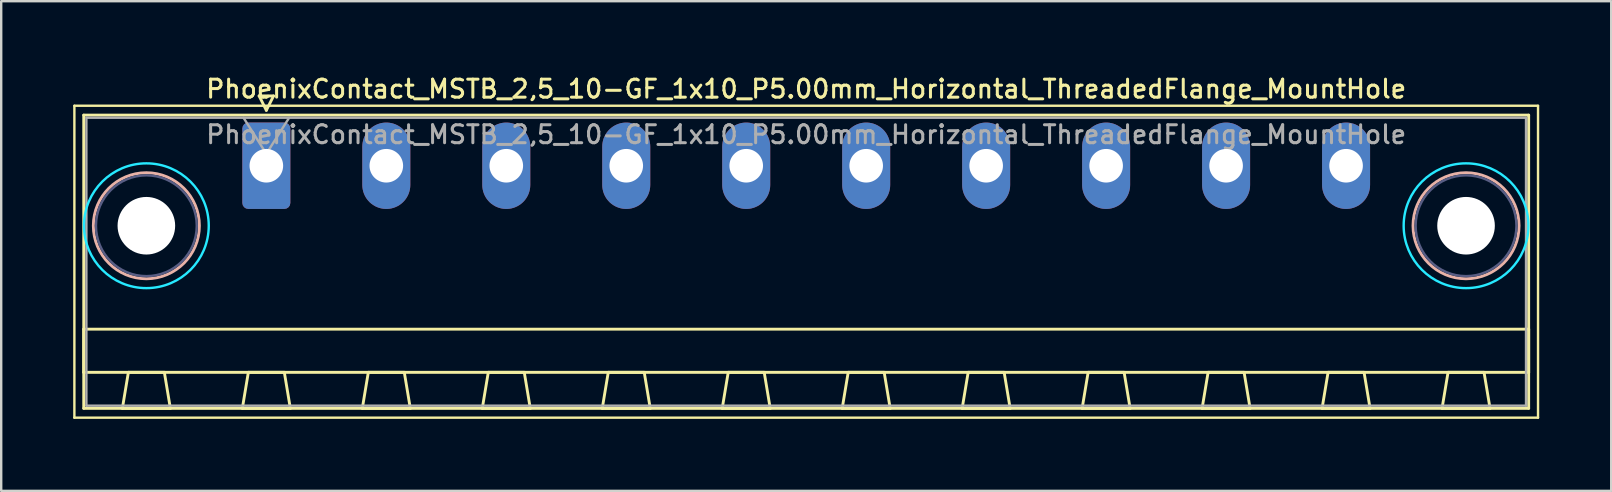
<source format=kicad_pcb>
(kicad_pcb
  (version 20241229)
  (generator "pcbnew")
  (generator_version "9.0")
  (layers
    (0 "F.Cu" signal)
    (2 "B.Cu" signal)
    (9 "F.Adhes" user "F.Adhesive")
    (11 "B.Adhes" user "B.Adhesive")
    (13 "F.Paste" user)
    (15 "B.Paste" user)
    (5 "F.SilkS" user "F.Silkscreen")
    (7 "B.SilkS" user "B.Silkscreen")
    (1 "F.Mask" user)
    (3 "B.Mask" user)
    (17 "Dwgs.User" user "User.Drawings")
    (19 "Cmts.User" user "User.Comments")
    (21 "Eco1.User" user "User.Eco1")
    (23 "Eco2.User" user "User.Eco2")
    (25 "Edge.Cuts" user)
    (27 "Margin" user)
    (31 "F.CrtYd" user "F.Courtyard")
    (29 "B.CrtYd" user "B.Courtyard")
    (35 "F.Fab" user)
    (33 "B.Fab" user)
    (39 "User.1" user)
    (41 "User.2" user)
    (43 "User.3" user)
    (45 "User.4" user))
  (footprint "PhoenixContact_MSTB_2,5_10-GF_1x10_P5.00mm_Horizontal_ThreadedFlange_MountHole"
    (layer "F.Cu")
    (at 8.05 3.858)
    (property "Reference" "PhoenixContact_MSTB_2,5_10-GF_1x10_P5.00mm_Horizontal_ThreadedFlange_MountHole" (at 22.5 -3.2 0) (layer "F.SilkS") (effects (font (size 0.75 0.75) (thickness 0.125))))
    (attr through_hole)
    (fp_line (start -8 -2.5) (end -8 10.5) (stroke (width 0.1) (type solid)) (layer "F.SilkS"))
    (fp_line (start -8 10.5) (end 53 10.5) (stroke (width 0.1) (type solid)) (layer "F.SilkS"))
    (fp_line (start -7.61 -2.11) (end -7.61 10.11) (stroke (width 0.12) (type solid)) (layer "F.SilkS"))
    (fp_line (start -7.61 6.81) (end 52.61 6.81) (stroke (width 0.12) (type solid)) (layer "F.SilkS"))
    (fp_line (start -7.61 8.61) (end -7.61 6.81) (stroke (width 0.12) (type solid)) (layer "F.SilkS"))
    (fp_line (start -7.61 10.11) (end 52.61 10.11) (stroke (width 0.12) (type solid)) (layer "F.SilkS"))
    (fp_line (start -6 10.11) (end -4 10.11) (stroke (width 0.12) (type solid)) (layer "F.SilkS"))
    (fp_line (start -5.75 8.61) (end -6 10.11) (stroke (width 0.12) (type solid)) (layer "F.SilkS"))
    (fp_line (start -4.25 8.61) (end -5.75 8.61) (stroke (width 0.12) (type solid)) (layer "F.SilkS"))
    (fp_line (start -4 10.11) (end -4.25 8.61) (stroke (width 0.12) (type solid)) (layer "F.SilkS"))
    (fp_line (start -1 10.11) (end 1 10.11) (stroke (width 0.12) (type solid)) (layer "F.SilkS"))
    (fp_line (start -0.75 8.61) (end -1 10.11) (stroke (width 0.12) (type solid)) (layer "F.SilkS"))
    (fp_line (start -0.3 -2.91) (end 0.3 -2.91) (stroke (width 0.12) (type solid)) (layer "F.SilkS"))
    (fp_line (start 0 -2.31) (end -0.3 -2.91) (stroke (width 0.12) (type solid)) (layer "F.SilkS"))
    (fp_line (start 0.3 -2.91) (end 0 -2.31) (stroke (width 0.12) (type solid)) (layer "F.SilkS"))
    (fp_line (start 0.75 8.61) (end -0.75 8.61) (stroke (width 0.12) (type solid)) (layer "F.SilkS"))
    (fp_line (start 1 10.11) (end 0.75 8.61) (stroke (width 0.12) (type solid)) (layer "F.SilkS"))
    (fp_line (start 4 10.11) (end 6 10.11) (stroke (width 0.12) (type solid)) (layer "F.SilkS"))
    (fp_line (start 4.25 8.61) (end 4 10.11) (stroke (width 0.12) (type solid)) (layer "F.SilkS"))
    (fp_line (start 5.75 8.61) (end 4.25 8.61) (stroke (width 0.12) (type solid)) (layer "F.SilkS"))
    (fp_line (start 6 10.11) (end 5.75 8.61) (stroke (width 0.12) (type solid)) (layer "F.SilkS"))
    (fp_line (start 9 10.11) (end 11 10.11) (stroke (width 0.12) (type solid)) (layer "F.SilkS"))
    (fp_line (start 9.25 8.61) (end 9 10.11) (stroke (width 0.12) (type solid)) (layer "F.SilkS"))
    (fp_line (start 10.75 8.61) (end 9.25 8.61) (stroke (width 0.12) (type solid)) (layer "F.SilkS"))
    (fp_line (start 11 10.11) (end 10.75 8.61) (stroke (width 0.12) (type solid)) (layer "F.SilkS"))
    (fp_line (start 14 10.11) (end 16 10.11) (stroke (width 0.12) (type solid)) (layer "F.SilkS"))
    (fp_line (start 14.25 8.61) (end 14 10.11) (stroke (width 0.12) (type solid)) (layer "F.SilkS"))
    (fp_line (start 15.75 8.61) (end 14.25 8.61) (stroke (width 0.12) (type solid)) (layer "F.SilkS"))
    (fp_line (start 16 10.11) (end 15.75 8.61) (stroke (width 0.12) (type solid)) (layer "F.SilkS"))
    (fp_line (start 19 10.11) (end 21 10.11) (stroke (width 0.12) (type solid)) (layer "F.SilkS"))
    (fp_line (start 19.25 8.61) (end 19 10.11) (stroke (width 0.12) (type solid)) (layer "F.SilkS"))
    (fp_line (start 20.75 8.61) (end 19.25 8.61) (stroke (width 0.12) (type solid)) (layer "F.SilkS"))
    (fp_line (start 21 10.11) (end 20.75 8.61) (stroke (width 0.12) (type solid)) (layer "F.SilkS"))
    (fp_line (start 24 10.11) (end 26 10.11) (stroke (width 0.12) (type solid)) (layer "F.SilkS"))
    (fp_line (start 24.25 8.61) (end 24 10.11) (stroke (width 0.12) (type solid)) (layer "F.SilkS"))
    (fp_line (start 25.75 8.61) (end 24.25 8.61) (stroke (width 0.12) (type solid)) (layer "F.SilkS"))
    (fp_line (start 26 10.11) (end 25.75 8.61) (stroke (width 0.12) (type solid)) (layer "F.SilkS"))
    (fp_line (start 29 10.11) (end 31 10.11) (stroke (width 0.12) (type solid)) (layer "F.SilkS"))
    (fp_line (start 29.25 8.61) (end 29 10.11) (stroke (width 0.12) (type solid)) (layer "F.SilkS"))
    (fp_line (start 30.75 8.61) (end 29.25 8.61) (stroke (width 0.12) (type solid)) (layer "F.SilkS"))
    (fp_line (start 31 10.11) (end 30.75 8.61) (stroke (width 0.12) (type solid)) (layer "F.SilkS"))
    (fp_line (start 34 10.11) (end 36 10.11) (stroke (width 0.12) (type solid)) (layer "F.SilkS"))
    (fp_line (start 34.25 8.61) (end 34 10.11) (stroke (width 0.12) (type solid)) (layer "F.SilkS"))
    (fp_line (start 35.75 8.61) (end 34.25 8.61) (stroke (width 0.12) (type solid)) (layer "F.SilkS"))
    (fp_line (start 36 10.11) (end 35.75 8.61) (stroke (width 0.12) (type solid)) (layer "F.SilkS"))
    (fp_line (start 39 10.11) (end 41 10.11) (stroke (width 0.12) (type solid)) (layer "F.SilkS"))
    (fp_line (start 39.25 8.61) (end 39 10.11) (stroke (width 0.12) (type solid)) (layer "F.SilkS"))
    (fp_line (start 40.75 8.61) (end 39.25 8.61) (stroke (width 0.12) (type solid)) (layer "F.SilkS"))
    (fp_line (start 41 10.11) (end 40.75 8.61) (stroke (width 0.12) (type solid)) (layer "F.SilkS"))
    (fp_line (start 44 10.11) (end 46 10.11) (stroke (width 0.12) (type solid)) (layer "F.SilkS"))
    (fp_line (start 44.25 8.61) (end 44 10.11) (stroke (width 0.12) (type solid)) (layer "F.SilkS"))
    (fp_line (start 45.75 8.61) (end 44.25 8.61) (stroke (width 0.12) (type solid)) (layer "F.SilkS"))
    (fp_line (start 46 10.11) (end 45.75 8.61) (stroke (width 0.12) (type solid)) (layer "F.SilkS"))
    (fp_line (start 49 10.11) (end 51 10.11) (stroke (width 0.12) (type solid)) (layer "F.SilkS"))
    (fp_line (start 49.25 8.61) (end 49 10.11) (stroke (width 0.12) (type solid)) (layer "F.SilkS"))
    (fp_line (start 50.75 8.61) (end 49.25 8.61) (stroke (width 0.12) (type solid)) (layer "F.SilkS"))
    (fp_line (start 51 10.11) (end 50.75 8.61) (stroke (width 0.12) (type solid)) (layer "F.SilkS"))
    (fp_line (start 52.61 -2.11) (end -7.61 -2.11) (stroke (width 0.12) (type solid)) (layer "F.SilkS"))
    (fp_line (start 52.61 6.81) (end 52.61 8.61) (stroke (width 0.12) (type solid)) (layer "F.SilkS"))
    (fp_line (start 52.61 8.61) (end -7.61 8.61) (stroke (width 0.12) (type solid)) (layer "F.SilkS"))
    (fp_line (start 52.61 10.11) (end 52.61 -2.11) (stroke (width 0.12) (type solid)) (layer "F.SilkS"))
    (fp_line (start 53 -2.5) (end -8 -2.5) (stroke (width 0.1) (type solid)) (layer "F.SilkS"))
    (fp_line (start 53 10.5) (end 53 -2.5) (stroke (width 0.1) (type solid)) (layer "F.SilkS"))
    (fp_circle (center -5 2.5) (end -2.79 2.5) (stroke (width 0.12) (type solid)) (fill no) (layer "B.SilkS"))
    (fp_circle (center 50 2.5) (end 52.21 2.5) (stroke (width 0.12) (type solid)) (fill no) (layer "B.SilkS"))
    (fp_circle (center -5 2.5) (end -2.4 2.5) (stroke (width 0.1) (type solid)) (fill no) (layer "B.CrtYd"))
    (fp_circle (center 50 2.5) (end 52.6 2.5) (stroke (width 0.1) (type solid)) (fill no) (layer "B.CrtYd"))
    (fp_circle (center -5 2.5) (end -2.9 2.5) (stroke (width 0.1) (type solid)) (fill no) (layer "B.Fab"))
    (fp_circle (center 50 2.5) (end 52.1 2.5) (stroke (width 0.1) (type solid)) (fill no) (layer "B.Fab"))
    (fp_line (start -7.5 -2) (end -7.5 10) (stroke (width 0.1) (type solid)) (layer "F.Fab"))
    (fp_line (start -7.5 10) (end 52.5 10) (stroke (width 0.1) (type solid)) (layer "F.Fab"))
    (fp_line (start 0 -0.5) (end -0.95 -2) (stroke (width 0.1) (type solid)) (layer "F.Fab"))
    (fp_line (start 0.95 -2) (end 0 -0.5) (stroke (width 0.1) (type solid)) (layer "F.Fab"))
    (fp_line (start 52.5 -2) (end -7.5 -2) (stroke (width 0.1) (type solid)) (layer "F.Fab"))
    (fp_line (start 52.5 10) (end 52.5 -2) (stroke (width 0.1) (type solid)) (layer "F.Fab"))
    (fp_text user "${REFERENCE}" (at 22.5 -1.3 0) (layer "F.Fab") (effects (font (size 0.75 0.75) (thickness 0.125))))
    (pad "" np_thru_hole circle (at -5 2.5) (size 2.4 2.4) (drill 2.4) (layers "*.Cu" "*.Mask"))
    (pad "" np_thru_hole circle (at 50 2.5) (size 2.4 2.4) (drill 2.4) (layers "*.Cu" "*.Mask"))
    (pad "1" thru_hole roundrect (at 0 0) (size 2 3.6) (drill 1.4) (layers "*.Cu" "*.Mask") (roundrect_rratio 0.125))
    (pad "2" thru_hole oval (at 5 0) (size 2 3.6) (drill 1.4) (layers "*.Cu" "*.Mask"))
    (pad "3" thru_hole oval (at 10 0) (size 2 3.6) (drill 1.4) (layers "*.Cu" "*.Mask"))
    (pad "4" thru_hole oval (at 15 0) (size 2 3.6) (drill 1.4) (layers "*.Cu" "*.Mask"))
    (pad "5" thru_hole oval (at 20 0) (size 2 3.6) (drill 1.4) (layers "*.Cu" "*.Mask"))
    (pad "6" thru_hole oval (at 25 0) (size 2 3.6) (drill 1.4) (layers "*.Cu" "*.Mask"))
    (pad "7" thru_hole oval (at 30 0) (size 2 3.6) (drill 1.4) (layers "*.Cu" "*.Mask"))
    (pad "8" thru_hole oval (at 35 0) (size 2 3.6) (drill 1.4) (layers "*.Cu" "*.Mask"))
    (pad "9" thru_hole oval (at 40 0) (size 2 3.6) (drill 1.4) (layers "*.Cu" "*.Mask"))
    (pad "10" thru_hole oval (at 45 0) (size 2 3.6) (drill 1.4) (layers "*.Cu" "*.Mask")))
  (gr_rect
    (start -3 -3)
    (end 64.1 17.408)
    (stroke (width 0.1) (type default))
    (fill no)
    (layer "Edge.Cuts")))
</source>
